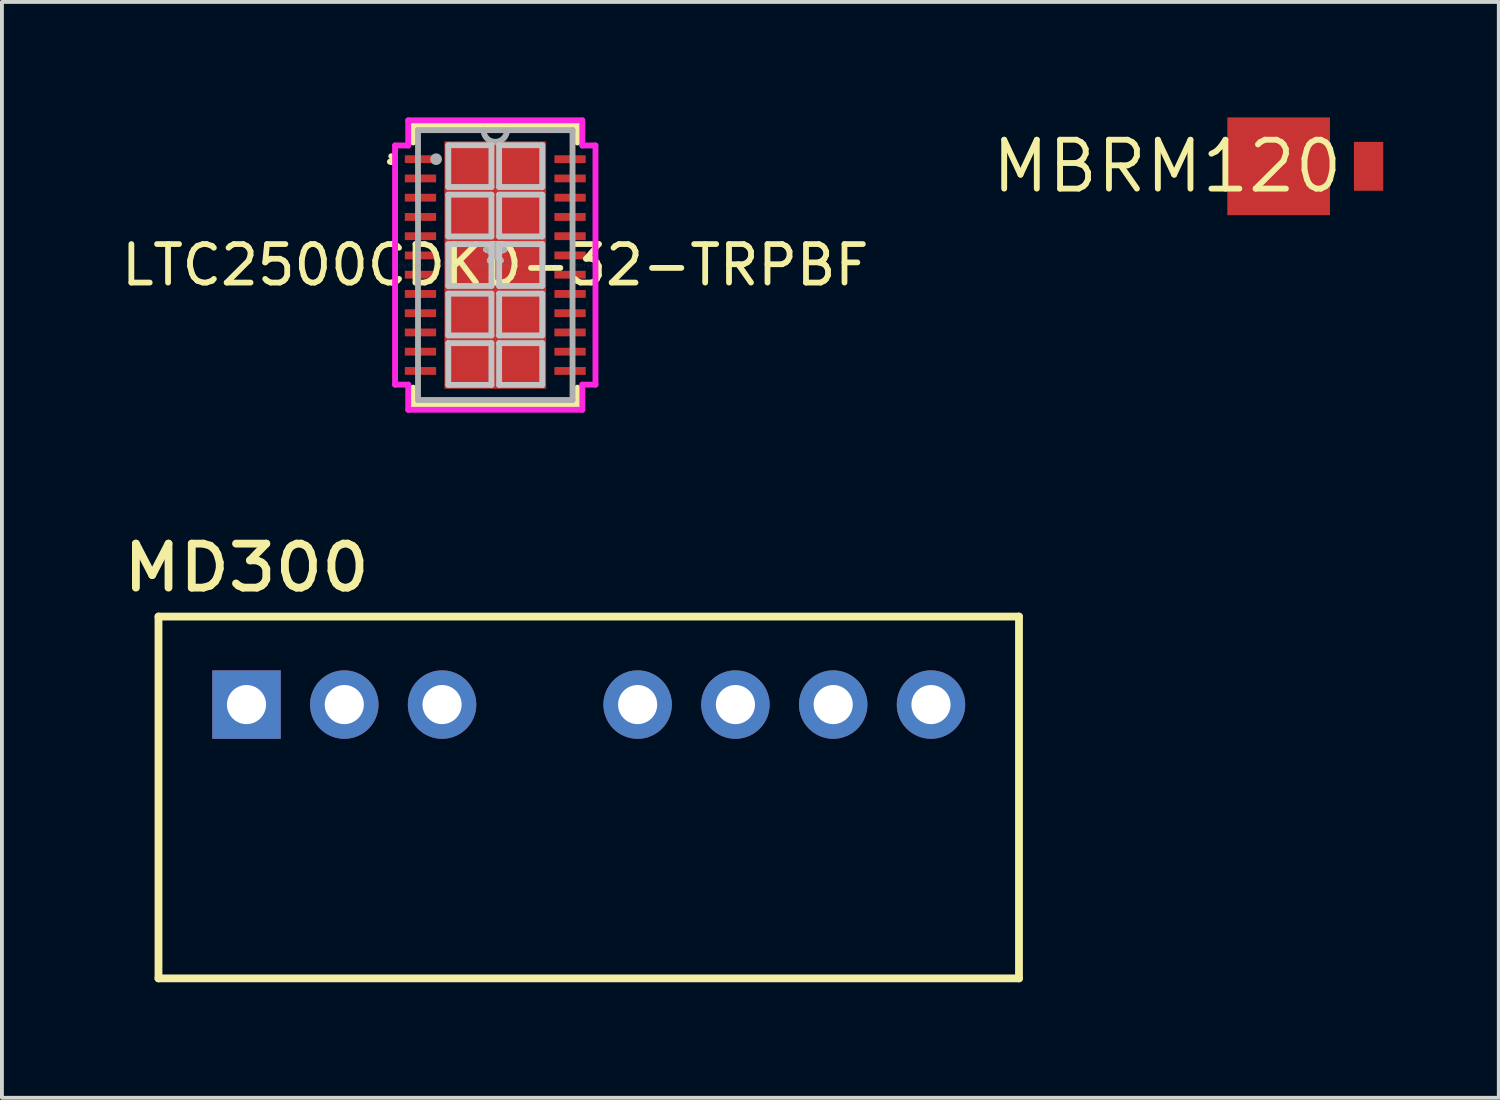
<source format=kicad_pcb>
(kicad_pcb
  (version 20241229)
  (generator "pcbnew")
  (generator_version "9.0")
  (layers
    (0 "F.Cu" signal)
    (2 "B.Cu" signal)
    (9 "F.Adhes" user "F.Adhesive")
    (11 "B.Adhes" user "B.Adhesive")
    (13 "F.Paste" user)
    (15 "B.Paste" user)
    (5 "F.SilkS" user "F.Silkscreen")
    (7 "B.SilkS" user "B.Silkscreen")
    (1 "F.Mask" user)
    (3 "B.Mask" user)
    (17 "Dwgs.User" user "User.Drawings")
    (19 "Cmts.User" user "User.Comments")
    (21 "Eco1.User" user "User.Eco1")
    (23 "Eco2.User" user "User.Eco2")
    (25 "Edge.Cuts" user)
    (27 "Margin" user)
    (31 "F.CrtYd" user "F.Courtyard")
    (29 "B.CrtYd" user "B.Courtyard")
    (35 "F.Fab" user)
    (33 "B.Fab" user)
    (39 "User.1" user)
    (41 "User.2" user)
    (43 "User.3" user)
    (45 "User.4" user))
  (footprint "MD300"
    (layer "F.Cu")
    (at 3.353 15.252)
    (property "Reference" "MD300" (at 0 -3.556 0) (layer "F.SilkS") (effects (font (size 1.143 1.27) (thickness 0.203))))
    (attr through_hole)
    (fp_line (start -2.286 -2.286) (end -2.286 7.112) (stroke (width 0.203) (type solid)) (layer "F.SilkS"))
    (fp_line (start -2.286 -2.286) (end 20.066 -2.286) (stroke (width 0.203) (type solid)) (layer "F.SilkS"))
    (fp_line (start 20.066 -2.286) (end 20.066 7.112) (stroke (width 0.203) (type solid)) (layer "F.SilkS"))
    (fp_line (start 20.066 7.112) (end -2.286 7.112) (stroke (width 0.203) (type solid)) (layer "F.SilkS"))
    (fp_line (start -2.286 -2.286) (end -2.286 7.112) (stroke (width 0.203) (type solid)) (layer "Eco1.User"))
    (fp_line (start -2.286 -2.286) (end 20.066 -2.286) (stroke (width 0.203) (type solid)) (layer "Eco1.User"))
    (fp_line (start -1.27 -2.286) (end -1.27 7.112) (stroke (width 0.203) (type solid)) (layer "Eco1.User"))
    (fp_line (start 20.066 -2.286) (end 20.066 7.112) (stroke (width 0.203) (type solid)) (layer "Eco1.User"))
    (fp_line (start 20.066 7.112) (end -2.286 7.112) (stroke (width 0.203) (type solid)) (layer "Eco1.User"))
    (pad "1" thru_hole rect (at 0 0) (size 1.778 1.778) (drill 1.016) (layers "*.Cu" "*.Mask" "Eco1.User" "Eco2.User"))
    (pad "2" thru_hole circle (at 2.54 0) (size 1.778 1.778) (drill 1.016) (layers "*.Cu" "*.Mask" "Eco1.User" "Eco2.User"))
    (pad "3" thru_hole circle (at 5.08 0) (size 1.778 1.778) (drill 1.016) (layers "*.Cu" "*.Mask" "Eco1.User" "Eco2.User"))
    (pad "5" thru_hole circle (at 10.16 0) (size 1.778 1.778) (drill 1.016) (layers "*.Cu" "*.Mask" "Eco1.User" "Eco2.User"))
    (pad "6" thru_hole circle (at 12.7 0) (size 1.778 1.778) (drill 1.016) (layers "*.Cu" "*.Mask" "Eco1.User" "Eco2.User"))
    (pad "7" thru_hole circle (at 15.24 0) (size 1.778 1.778) (drill 1.016) (layers "*.Cu" "*.Mask" "Eco1.User" "Eco2.User"))
    (pad "8" thru_hole circle (at 17.78 0) (size 1.778 1.778) (drill 1.016) (layers "*.Cu" "*.Mask" "Eco1.User" "Eco2.User")))
  (footprint "MBRM120"
    (layer "F.Cu")
    (at 31.332 1.27)
    (property "Reference" "MBRM120" (at -4.064 0 0) (layer "F.SilkS") (effects (font (size 1.27 1.27) (thickness 0.152))))
    (attr smd)
    (pad "1" smd rect (at -1.168 0) (size 2.667 2.54) (layers "F.Cu" "F.Mask" "F.Paste" "Eco1.User"))
    (pad "2" smd rect (at 1.168 0) (size 0.762 1.27) (layers "F.Cu" "F.Mask" "F.Paste" "Eco1.User")))
  (footprint "LTC2500CDKD-32-TRPBF"
    (layer "F.Cu")
    (at 9.815 3.835)
    (property "Reference" "LTC2500CDKD-32-TRPBF" (at 0 0 0) (layer "F.SilkS") (effects (font (size 1 1) (thickness 0.15))))
    (attr through_hole)
    (fp_line (start -2.134 -3.632) (end -2.134 -3.184) (stroke (width 0.152) (type solid)) (layer "F.SilkS"))
    (fp_line (start -2.134 3.184) (end -2.134 3.632) (stroke (width 0.152) (type solid)) (layer "F.SilkS"))
    (fp_line (start -2.134 3.632) (end 2.134 3.632) (stroke (width 0.152) (type solid)) (layer "F.SilkS"))
    (fp_line (start 2.134 -3.632) (end -2.134 -3.632) (stroke (width 0.152) (type solid)) (layer "F.SilkS"))
    (fp_line (start 2.134 -3.184) (end 2.134 -3.632) (stroke (width 0.152) (type solid)) (layer "F.SilkS"))
    (fp_line (start 2.134 3.632) (end 2.134 3.184) (stroke (width 0.152) (type solid)) (layer "F.SilkS"))
    (fp_arc (start -2.7011 -2.8262) (mid -2.627271 -2.73114) (end -2.737646 -2.683136) (stroke (width 0.1524) (type solid)) (layer "F.SilkS"))
    (fp_line (start -1.221 -3.113) (end -1.221 -2.028) (stroke (width 0.152) (type solid)) (layer "Dwgs.User"))
    (fp_line (start -1.221 -2.028) (end -0.1 -2.028) (stroke (width 0.152) (type solid)) (layer "Dwgs.User"))
    (fp_line (start -1.221 -1.828) (end -1.221 -0.743) (stroke (width 0.152) (type solid)) (layer "Dwgs.User"))
    (fp_line (start -1.221 -0.743) (end -0.1 -0.743) (stroke (width 0.152) (type solid)) (layer "Dwgs.User"))
    (fp_line (start -1.221 -0.543) (end -1.221 0.543) (stroke (width 0.152) (type solid)) (layer "Dwgs.User"))
    (fp_line (start -1.221 0.543) (end -0.1 0.543) (stroke (width 0.152) (type solid)) (layer "Dwgs.User"))
    (fp_line (start -1.221 0.743) (end -1.221 1.828) (stroke (width 0.152) (type solid)) (layer "Dwgs.User"))
    (fp_line (start -1.221 1.828) (end -0.1 1.828) (stroke (width 0.152) (type solid)) (layer "Dwgs.User"))
    (fp_line (start -1.221 2.028) (end -1.221 3.113) (stroke (width 0.152) (type solid)) (layer "Dwgs.User"))
    (fp_line (start -1.221 3.113) (end -0.1 3.113) (stroke (width 0.152) (type solid)) (layer "Dwgs.User"))
    (fp_line (start -0.1 -3.113) (end -1.221 -3.113) (stroke (width 0.152) (type solid)) (layer "Dwgs.User"))
    (fp_line (start -0.1 -2.028) (end -0.1 -3.113) (stroke (width 0.152) (type solid)) (layer "Dwgs.User"))
    (fp_line (start -0.1 -1.828) (end -1.221 -1.828) (stroke (width 0.152) (type solid)) (layer "Dwgs.User"))
    (fp_line (start -0.1 -0.743) (end -0.1 -1.828) (stroke (width 0.152) (type solid)) (layer "Dwgs.User"))
    (fp_line (start -0.1 -0.543) (end -1.221 -0.543) (stroke (width 0.152) (type solid)) (layer "Dwgs.User"))
    (fp_line (start -0.1 0.543) (end -0.1 -0.543) (stroke (width 0.152) (type solid)) (layer "Dwgs.User"))
    (fp_line (start -0.1 0.743) (end -1.221 0.743) (stroke (width 0.152) (type solid)) (layer "Dwgs.User"))
    (fp_line (start -0.1 1.828) (end -0.1 0.743) (stroke (width 0.152) (type solid)) (layer "Dwgs.User"))
    (fp_line (start -0.1 2.028) (end -1.221 2.028) (stroke (width 0.152) (type solid)) (layer "Dwgs.User"))
    (fp_line (start -0.1 3.113) (end -0.1 2.028) (stroke (width 0.152) (type solid)) (layer "Dwgs.User"))
    (fp_line (start 0.1 -3.113) (end 0.1 -2.028) (stroke (width 0.152) (type solid)) (layer "Dwgs.User"))
    (fp_line (start 0.1 -2.028) (end 1.221 -2.028) (stroke (width 0.152) (type solid)) (layer "Dwgs.User"))
    (fp_line (start 0.1 -1.828) (end 0.1 -0.743) (stroke (width 0.152) (type solid)) (layer "Dwgs.User"))
    (fp_line (start 0.1 -0.743) (end 1.221 -0.743) (stroke (width 0.152) (type solid)) (layer "Dwgs.User"))
    (fp_line (start 0.1 -0.543) (end 0.1 0.543) (stroke (width 0.152) (type solid)) (layer "Dwgs.User"))
    (fp_line (start 0.1 0.543) (end 1.221 0.543) (stroke (width 0.152) (type solid)) (layer "Dwgs.User"))
    (fp_line (start 0.1 0.743) (end 0.1 1.828) (stroke (width 0.152) (type solid)) (layer "Dwgs.User"))
    (fp_line (start 0.1 1.828) (end 1.221 1.828) (stroke (width 0.152) (type solid)) (layer "Dwgs.User"))
    (fp_line (start 0.1 2.028) (end 0.1 3.113) (stroke (width 0.152) (type solid)) (layer "Dwgs.User"))
    (fp_line (start 0.1 3.113) (end 1.221 3.113) (stroke (width 0.152) (type solid)) (layer "Dwgs.User"))
    (fp_line (start 1.221 -3.113) (end 0.1 -3.113) (stroke (width 0.152) (type solid)) (layer "Dwgs.User"))
    (fp_line (start 1.221 -2.028) (end 1.221 -3.113) (stroke (width 0.152) (type solid)) (layer "Dwgs.User"))
    (fp_line (start 1.221 -1.828) (end 0.1 -1.828) (stroke (width 0.152) (type solid)) (layer "Dwgs.User"))
    (fp_line (start 1.221 -0.743) (end 1.221 -1.828) (stroke (width 0.152) (type solid)) (layer "Dwgs.User"))
    (fp_line (start 1.221 -0.543) (end 0.1 -0.543) (stroke (width 0.152) (type solid)) (layer "Dwgs.User"))
    (fp_line (start 1.221 0.543) (end 1.221 -0.543) (stroke (width 0.152) (type solid)) (layer "Dwgs.User"))
    (fp_line (start 1.221 0.743) (end 0.1 0.743) (stroke (width 0.152) (type solid)) (layer "Dwgs.User"))
    (fp_line (start 1.221 1.828) (end 1.221 0.743) (stroke (width 0.152) (type solid)) (layer "Dwgs.User"))
    (fp_line (start 1.221 2.028) (end 0.1 2.028) (stroke (width 0.152) (type solid)) (layer "Dwgs.User"))
    (fp_line (start 1.221 3.113) (end 1.221 2.028) (stroke (width 0.152) (type solid)) (layer "Dwgs.User"))
    (fp_line (start -2.603 -3.106) (end -2.261 -3.106) (stroke (width 0.152) (type solid)) (layer "F.CrtYd"))
    (fp_line (start -2.603 3.106) (end -2.603 -3.106) (stroke (width 0.152) (type solid)) (layer "F.CrtYd"))
    (fp_line (start -2.261 -3.759) (end 2.261 -3.759) (stroke (width 0.152) (type solid)) (layer "F.CrtYd"))
    (fp_line (start -2.261 -3.106) (end -2.261 -3.759) (stroke (width 0.152) (type solid)) (layer "F.CrtYd"))
    (fp_line (start -2.261 3.106) (end -2.603 3.106) (stroke (width 0.152) (type solid)) (layer "F.CrtYd"))
    (fp_line (start -2.261 3.759) (end -2.261 3.106) (stroke (width 0.152) (type solid)) (layer "F.CrtYd"))
    (fp_line (start 2.261 -3.759) (end 2.261 -3.106) (stroke (width 0.152) (type solid)) (layer "F.CrtYd"))
    (fp_line (start 2.261 -3.106) (end 2.603 -3.106) (stroke (width 0.152) (type solid)) (layer "F.CrtYd"))
    (fp_line (start 2.261 3.106) (end 2.261 3.759) (stroke (width 0.152) (type solid)) (layer "F.CrtYd"))
    (fp_line (start 2.261 3.759) (end -2.261 3.759) (stroke (width 0.152) (type solid)) (layer "F.CrtYd"))
    (fp_line (start 2.603 -3.106) (end 2.603 3.106) (stroke (width 0.152) (type solid)) (layer "F.CrtYd"))
    (fp_line (start 2.603 3.106) (end 2.261 3.106) (stroke (width 0.152) (type solid)) (layer "F.CrtYd"))
    (fp_line (start -2.007 -3.505) (end -2.007 3.505) (stroke (width 0.152) (type solid)) (layer "F.Fab"))
    (fp_line (start -2.007 3.505) (end 2.007 3.505) (stroke (width 0.152) (type solid)) (layer "F.Fab"))
    (fp_line (start 2.007 -3.505) (end -2.007 -3.505) (stroke (width 0.152) (type solid)) (layer "F.Fab"))
    (fp_line (start 2.007 3.505) (end 2.007 -3.505) (stroke (width 0.152) (type solid)) (layer "F.Fab"))
    (fp_arc (start 0.3048 -3.5052) (mid 0 -3.2004) (end -0.3048 -3.5052) (stroke (width 0.1524) (type solid)) (layer "F.Fab"))
    (fp_circle (center -1.537 -2.75) (end -1.46 -2.75) (stroke (width 0.152) (type solid)) (fill no) (layer "F.Fab"))
    (fp_text user "*" (at 0 0 0) (layer "F.SilkS") (effects (font (size 1 1) (thickness 0.15))))
    (fp_text user "Copyright 2016 Accelerated Designs. All rights reserved." (at 0 0 0) (layer "Cmts.User") (effects (font (size 0.127 0.127) (thickness 0.002))))
    (fp_text user "*" (at 0 0 0) (layer "F.Fab") (effects (font (size 1 1) (thickness 0.15))))
    (pad "1" smd rect (at -1.943 -2.75) (size 0.813 0.203) (layers "F.Cu" "F.Mask" "F.Paste"))
    (pad "2" smd rect (at -1.943 -2.25) (size 0.813 0.203) (layers "F.Cu" "F.Mask" "F.Paste"))
    (pad "3" smd rect (at -1.943 -1.75) (size 0.813 0.203) (layers "F.Cu" "F.Mask" "F.Paste"))
    (pad "4" smd rect (at -1.943 -1.25) (size 0.813 0.203) (layers "F.Cu" "F.Mask" "F.Paste"))
    (pad "5" smd rect (at -1.943 -0.75) (size 0.813 0.203) (layers "F.Cu" "F.Mask" "F.Paste"))
    (pad "6" smd rect (at -1.943 -0.25) (size 0.813 0.203) (layers "F.Cu" "F.Mask" "F.Paste"))
    (pad "7" smd rect (at -1.943 0.25) (size 0.813 0.203) (layers "F.Cu" "F.Mask" "F.Paste"))
    (pad "8" smd rect (at -1.943 0.75) (size 0.813 0.203) (layers "F.Cu" "F.Mask" "F.Paste"))
    (pad "9" smd rect (at -1.943 1.25) (size 0.813 0.203) (layers "F.Cu" "F.Mask" "F.Paste"))
    (pad "10" smd rect (at -1.943 1.75) (size 0.813 0.203) (layers "F.Cu" "F.Mask" "F.Paste"))
    (pad "11" smd rect (at -1.943 2.25) (size 0.813 0.203) (layers "F.Cu" "F.Mask" "F.Paste"))
    (pad "12" smd rect (at -1.943 2.75) (size 0.813 0.203) (layers "F.Cu" "F.Mask" "F.Paste"))
    (pad "13" smd rect (at 1.943 2.75) (size 0.813 0.203) (layers "F.Cu" "F.Mask" "F.Paste"))
    (pad "14" smd rect (at 1.943 2.25) (size 0.813 0.203) (layers "F.Cu" "F.Mask" "F.Paste"))
    (pad "15" smd rect (at 1.943 1.75) (size 0.813 0.203) (layers "F.Cu" "F.Mask" "F.Paste"))
    (pad "16" smd rect (at 1.943 1.25) (size 0.813 0.203) (layers "F.Cu" "F.Mask" "F.Paste"))
    (pad "17" smd rect (at 1.943 0.75) (size 0.813 0.203) (layers "F.Cu" "F.Mask" "F.Paste"))
    (pad "18" smd rect (at 1.943 0.25) (size 0.813 0.203) (layers "F.Cu" "F.Mask" "F.Paste"))
    (pad "19" smd rect (at 1.943 -0.25) (size 0.813 0.203) (layers "F.Cu" "F.Mask" "F.Paste"))
    (pad "20" smd rect (at 1.943 -0.75) (size 0.813 0.203) (layers "F.Cu" "F.Mask" "F.Paste"))
    (pad "21" smd rect (at 1.943 -1.25) (size 0.813 0.203) (layers "F.Cu" "F.Mask" "F.Paste"))
    (pad "22" smd rect (at 1.943 -1.75) (size 0.813 0.203) (layers "F.Cu" "F.Mask" "F.Paste"))
    (pad "23" smd rect (at 1.943 -2.25) (size 0.813 0.203) (layers "F.Cu" "F.Mask" "F.Paste"))
    (pad "24" smd rect (at 1.943 -2.75) (size 0.813 0.203) (layers "F.Cu" "F.Mask" "F.Paste"))
    (pad "25" smd rect (at 0 0) (size 2.642 6.426) (layers "F.Cu" "F.Mask" "F.Paste")))
  (gr_rect
    (start -3 -3)
    (end 35.882 25.466)
    (stroke (width 0.1) (type default))
    (fill no)
    (layer "Edge.Cuts")))
</source>
